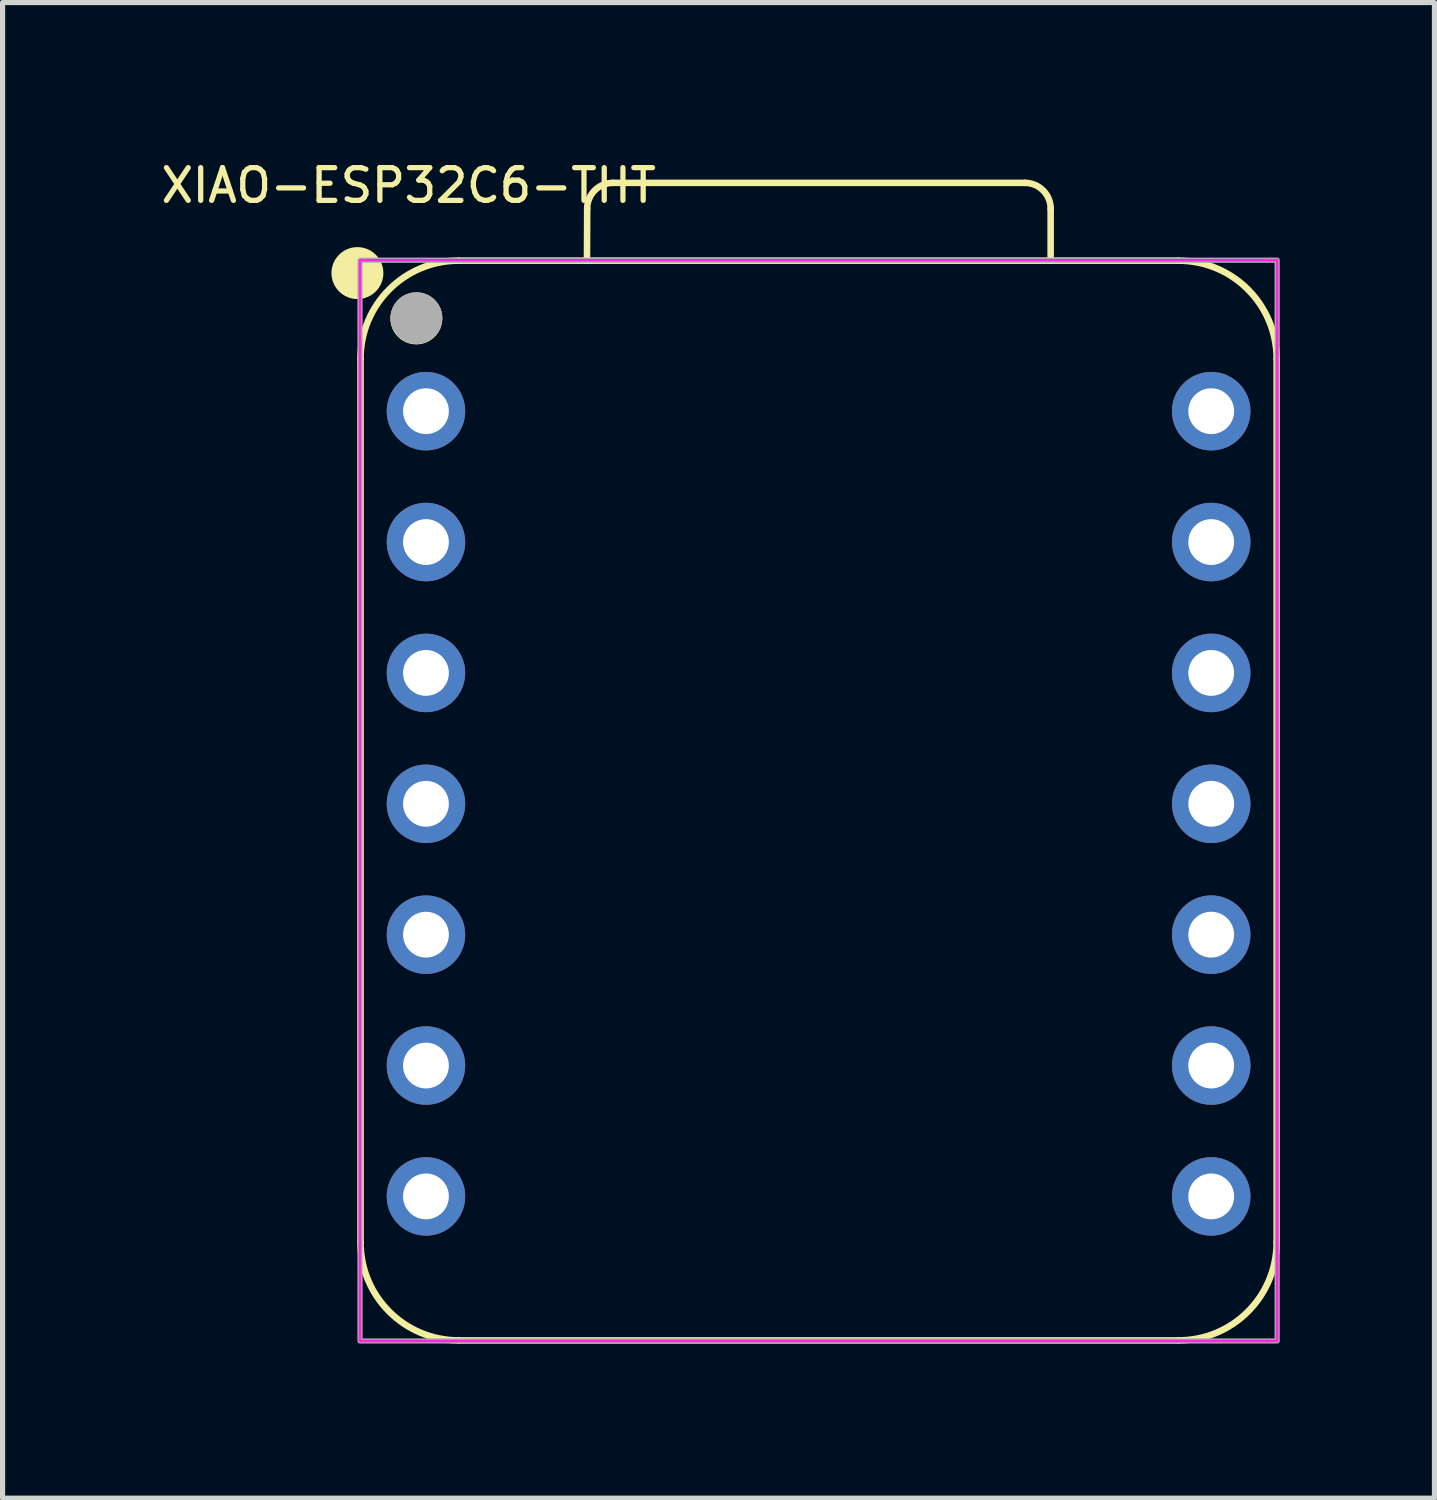
<source format=kicad_pcb>
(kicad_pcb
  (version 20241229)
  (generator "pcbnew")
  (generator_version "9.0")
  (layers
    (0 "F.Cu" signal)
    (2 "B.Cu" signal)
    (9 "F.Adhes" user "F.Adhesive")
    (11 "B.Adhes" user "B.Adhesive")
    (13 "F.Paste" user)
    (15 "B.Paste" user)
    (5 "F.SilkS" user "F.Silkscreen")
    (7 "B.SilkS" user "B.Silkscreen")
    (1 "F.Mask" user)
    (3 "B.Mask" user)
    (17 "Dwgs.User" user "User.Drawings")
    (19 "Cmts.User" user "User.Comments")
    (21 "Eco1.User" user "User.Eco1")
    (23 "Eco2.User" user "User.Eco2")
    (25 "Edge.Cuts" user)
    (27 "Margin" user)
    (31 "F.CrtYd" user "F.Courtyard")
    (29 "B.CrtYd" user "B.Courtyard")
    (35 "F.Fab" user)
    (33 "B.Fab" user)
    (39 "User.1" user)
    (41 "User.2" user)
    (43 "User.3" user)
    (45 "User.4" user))
  (footprint "XIAO-ESP32C6-THT"
    (layer "F.Cu")
    (at 12.882 12.55)
    (property "Reference" "XIAO-ESP32C6-THT" (at -8 -12 0) (unlocked yes) (layer "F.SilkS") (effects (font (size 0.635 0.635) (thickness 0.102))))
    (attr through_hole)
    (fp_line (start -8.935 8.509) (end -8.935 -8.636) (stroke (width 0.127) (type solid)) (layer "F.SilkS"))
    (fp_line (start -7.03 10.414) (end 6.94 10.414) (stroke (width 0.127) (type solid)) (layer "F.SilkS"))
    (fp_line (start -4.54 -10.541) (end -4.536 -11.551) (stroke (width 0.127) (type solid)) (layer "F.SilkS"))
    (fp_line (start -4.036 -12.051) (end 3.959 -12.051) (stroke (width 0.127) (type solid)) (layer "F.SilkS"))
    (fp_line (start 4.459 -11.551) (end 4.459 -10.541) (stroke (width 0.127) (type solid)) (layer "F.SilkS"))
    (fp_line (start 6.94 -10.541) (end -7.03 -10.541) (stroke (width 0.1) (type solid)) (layer "F.SilkS"))
    (fp_line (start 6.94 -10.541) (end -7.03 -10.541) (stroke (width 0.127) (type solid)) (layer "F.SilkS"))
    (fp_line (start 8.845 8.509) (end 8.845 -8.636) (stroke (width 0.127) (type solid)) (layer "F.SilkS"))
    (fp_arc (start -8.935 -8.636) (mid -8.377038 -9.983038) (end -7.03 -10.541) (stroke (width 0.127) (type solid)) (layer "F.SilkS"))
    (fp_arc (start -7.03 10.414) (mid -8.377038 9.856038) (end -8.935 8.509) (stroke (width 0.127) (type solid)) (layer "F.SilkS"))
    (fp_arc (start -4.536272 -11.551272) (mid -4.389728 -11.90464) (end -4.036272 -12.051) (stroke (width 0.127) (type default)) (layer "F.SilkS"))
    (fp_arc (start 3.959 -12.051) (mid 4.312553 -11.904553) (end 4.459 -11.551) (stroke (width 0.127) (type default)) (layer "F.SilkS"))
    (fp_arc (start 6.94 -10.541) (mid 8.287038 -9.983038) (end 8.845 -8.636) (stroke (width 0.127) (type solid)) (layer "F.SilkS"))
    (fp_arc (start 8.845 8.509) (mid 8.287038 9.856038) (end 6.94 10.414) (stroke (width 0.127) (type solid)) (layer "F.SilkS"))
    (fp_circle (center -8.995 -10.3) (end -8.995 -10.554) (stroke (width 0.5) (type solid)) (fill yes) (layer "F.SilkS"))
    (fp_circle (center -7.852 -9.42) (end -7.852 -9.674) (stroke (width 0.5) (type solid)) (fill yes) (layer "F.SilkS"))
    (fp_rect (start -8.945 -10.55) (end 8.855 10.425) (stroke (width 0.05) (type solid)) (fill no) (layer "F.CrtYd"))
    (fp_rect (start -8.945 -10.55) (end 8.855 10.425) (stroke (width 0.1) (type default)) (fill no) (layer "F.Fab"))
    (fp_circle (center -7.849 -9.426) (end -7.849 -9.68) (stroke (width 0.5) (type solid)) (fill no) (layer "F.Fab"))
    (pad "1" thru_hole circle (at -7.665 -7.62 180) (size 1.524 1.524) (drill 0.889) (layers "*.Cu" "*.Mask"))
    (pad "2" thru_hole circle (at -7.665 -5.08 180) (size 1.524 1.524) (drill 0.889) (layers "*.Cu" "*.Mask"))
    (pad "3" thru_hole circle (at -7.665 -2.54 180) (size 1.524 1.524) (drill 0.889) (layers "*.Cu" "*.Mask"))
    (pad "4" thru_hole circle (at -7.665 0 180) (size 1.524 1.524) (drill 0.889) (layers "*.Cu" "*.Mask"))
    (pad "5" thru_hole circle (at -7.665 2.54 180) (size 1.524 1.524) (drill 0.889) (layers "*.Cu" "*.Mask"))
    (pad "6" thru_hole circle (at -7.665 5.08 180) (size 1.524 1.524) (drill 0.889) (layers "*.Cu" "*.Mask"))
    (pad "7" thru_hole circle (at -7.665 7.62 180) (size 1.524 1.524) (drill 0.889) (layers "*.Cu" "*.Mask"))
    (pad "8" thru_hole circle (at 7.575 7.62) (size 1.524 1.524) (drill 0.889) (layers "*.Cu" "*.Mask"))
    (pad "9" thru_hole circle (at 7.575 5.08) (size 1.524 1.524) (drill 0.889) (layers "*.Cu" "*.Mask"))
    (pad "10" thru_hole circle (at 7.575 2.54) (size 1.524 1.524) (drill 0.889) (layers "*.Cu" "*.Mask"))
    (pad "11" thru_hole circle (at 7.575 0) (size 1.524 1.524) (drill 0.889) (layers "*.Cu" "*.Mask"))
    (pad "12" thru_hole circle (at 7.575 -2.54) (size 1.524 1.524) (drill 0.889) (layers "*.Cu" "*.Mask"))
    (pad "13" thru_hole circle (at 7.575 -5.08) (size 1.524 1.524) (drill 0.889) (layers "*.Cu" "*.Mask"))
    (pad "14" thru_hole circle (at 7.575 -7.62) (size 1.524 1.524) (drill 0.889) (layers "*.Cu" "*.Mask")))
  (gr_rect
    (start -3 -3)
    (end 24.79 26.027)
    (stroke (width 0.1) (type default))
    (fill no)
    (layer "Edge.Cuts")))
</source>
